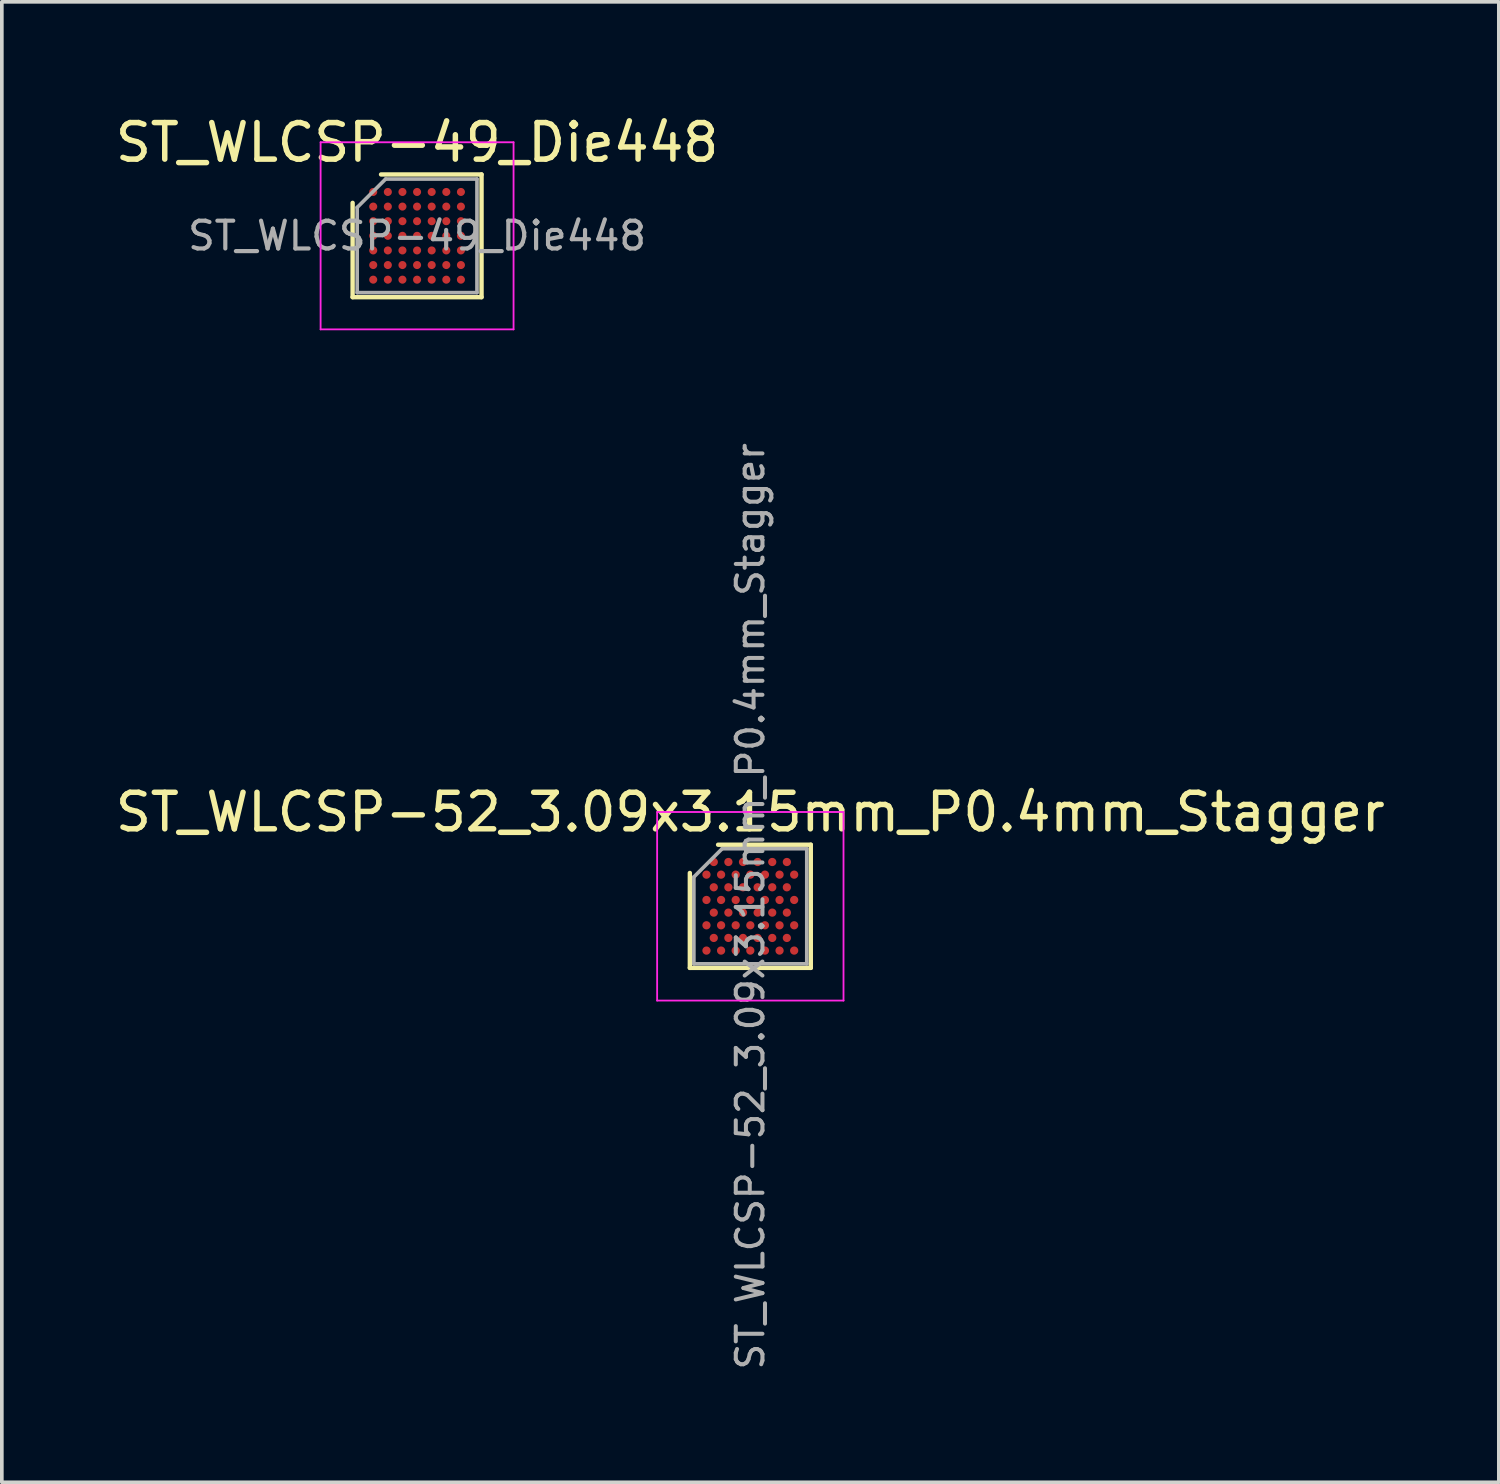
<source format=kicad_pcb>
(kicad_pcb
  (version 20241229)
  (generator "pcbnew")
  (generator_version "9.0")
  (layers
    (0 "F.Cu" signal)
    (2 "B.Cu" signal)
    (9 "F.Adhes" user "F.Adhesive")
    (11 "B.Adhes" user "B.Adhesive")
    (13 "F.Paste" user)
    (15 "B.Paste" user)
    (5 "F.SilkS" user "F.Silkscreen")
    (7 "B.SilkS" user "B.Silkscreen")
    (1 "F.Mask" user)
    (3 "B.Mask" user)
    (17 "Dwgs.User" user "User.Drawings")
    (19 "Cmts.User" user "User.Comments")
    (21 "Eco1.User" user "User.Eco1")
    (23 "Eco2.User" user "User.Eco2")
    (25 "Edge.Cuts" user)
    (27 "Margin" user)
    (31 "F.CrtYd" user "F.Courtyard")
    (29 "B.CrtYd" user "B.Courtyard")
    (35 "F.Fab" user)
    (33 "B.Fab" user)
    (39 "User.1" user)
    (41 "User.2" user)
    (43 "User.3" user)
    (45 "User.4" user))
  (footprint "ST_WLCSP-49_Die448"
    (layer "F.Cu")
    (at 8.363 3.403)
    (property "Reference" "ST_WLCSP-49_Die448" (at 0 -2.554 0) (layer "F.SilkS") (effects (font (size 1 1) (thickness 0.15))))
    (attr smd)
    (fp_line (start -1.764 1.679) (end -1.764 -0.902) (stroke (width 0.12) (type solid)) (layer "F.SilkS"))
    (fp_line (start -0.986 -1.679) (end 1.764 -1.679) (stroke (width 0.12) (type solid)) (layer "F.SilkS"))
    (fp_line (start 1.764 -1.679) (end 1.764 1.679) (stroke (width 0.12) (type solid)) (layer "F.SilkS"))
    (fp_line (start 1.764 1.679) (end -1.764 1.679) (stroke (width 0.12) (type solid)) (layer "F.SilkS"))
    (fp_line (start -2.64 -2.56) (end -2.64 2.56) (stroke (width 0.05) (type solid)) (layer "F.CrtYd"))
    (fp_line (start -2.64 2.56) (end 2.64 2.56) (stroke (width 0.05) (type solid)) (layer "F.CrtYd"))
    (fp_line (start 2.64 -2.56) (end -2.64 -2.56) (stroke (width 0.05) (type solid)) (layer "F.CrtYd"))
    (fp_line (start 2.64 2.56) (end 2.64 -2.56) (stroke (width 0.05) (type solid)) (layer "F.CrtYd"))
    (fp_line (start -1.639 -0.777) (end -0.861 -1.554) (stroke (width 0.1) (type solid)) (layer "F.Fab"))
    (fp_line (start -1.639 1.554) (end -1.639 -0.777) (stroke (width 0.1) (type solid)) (layer "F.Fab"))
    (fp_line (start -0.861 -1.554) (end 1.639 -1.554) (stroke (width 0.1) (type solid)) (layer "F.Fab"))
    (fp_line (start 1.639 -1.554) (end 1.639 1.554) (stroke (width 0.1) (type solid)) (layer "F.Fab"))
    (fp_line (start 1.639 1.554) (end -1.639 1.554) (stroke (width 0.1) (type solid)) (layer "F.Fab"))
    (fp_text user "${REFERENCE}" (at 0 0 0) (layer "F.Fab") (effects (font (size 0.76 0.76) (thickness 0.114))))
    (pad "A1" smd circle (at -1.2 -1.2) (size 0.22 0.22) (layers "F.Cu" "F.Mask" "F.Paste"))
    (pad "A2" smd circle (at -0.8 -1.2) (size 0.22 0.22) (layers "F.Cu" "F.Mask" "F.Paste"))
    (pad "A3" smd circle (at -0.4 -1.2) (size 0.22 0.22) (layers "F.Cu" "F.Mask" "F.Paste"))
    (pad "A4" smd circle (at 0 -1.2) (size 0.22 0.22) (layers "F.Cu" "F.Mask" "F.Paste"))
    (pad "A5" smd circle (at 0.4 -1.2) (size 0.22 0.22) (layers "F.Cu" "F.Mask" "F.Paste"))
    (pad "A6" smd circle (at 0.8 -1.2) (size 0.22 0.22) (layers "F.Cu" "F.Mask" "F.Paste"))
    (pad "A7" smd circle (at 1.2 -1.2) (size 0.22 0.22) (layers "F.Cu" "F.Mask" "F.Paste"))
    (pad "B1" smd circle (at -1.2 -0.8) (size 0.22 0.22) (layers "F.Cu" "F.Mask" "F.Paste"))
    (pad "B2" smd circle (at -0.8 -0.8) (size 0.22 0.22) (layers "F.Cu" "F.Mask" "F.Paste"))
    (pad "B3" smd circle (at -0.4 -0.8) (size 0.22 0.22) (layers "F.Cu" "F.Mask" "F.Paste"))
    (pad "B4" smd circle (at 0 -0.8) (size 0.22 0.22) (layers "F.Cu" "F.Mask" "F.Paste"))
    (pad "B5" smd circle (at 0.4 -0.8) (size 0.22 0.22) (layers "F.Cu" "F.Mask" "F.Paste"))
    (pad "B6" smd circle (at 0.8 -0.8) (size 0.22 0.22) (layers "F.Cu" "F.Mask" "F.Paste"))
    (pad "B7" smd circle (at 1.2 -0.8) (size 0.22 0.22) (layers "F.Cu" "F.Mask" "F.Paste"))
    (pad "C1" smd circle (at -1.2 -0.4) (size 0.22 0.22) (layers "F.Cu" "F.Mask" "F.Paste"))
    (pad "C2" smd circle (at -0.8 -0.4) (size 0.22 0.22) (layers "F.Cu" "F.Mask" "F.Paste"))
    (pad "C3" smd circle (at -0.4 -0.4) (size 0.22 0.22) (layers "F.Cu" "F.Mask" "F.Paste"))
    (pad "C4" smd circle (at 0 -0.4) (size 0.22 0.22) (layers "F.Cu" "F.Mask" "F.Paste"))
    (pad "C5" smd circle (at 0.4 -0.4) (size 0.22 0.22) (layers "F.Cu" "F.Mask" "F.Paste"))
    (pad "C6" smd circle (at 0.8 -0.4) (size 0.22 0.22) (layers "F.Cu" "F.Mask" "F.Paste"))
    (pad "C7" smd circle (at 1.2 -0.4) (size 0.22 0.22) (layers "F.Cu" "F.Mask" "F.Paste"))
    (pad "D1" smd circle (at -1.2 0) (size 0.22 0.22) (layers "F.Cu" "F.Mask" "F.Paste"))
    (pad "D2" smd circle (at -0.8 0) (size 0.22 0.22) (layers "F.Cu" "F.Mask" "F.Paste"))
    (pad "D3" smd circle (at -0.4 0) (size 0.22 0.22) (layers "F.Cu" "F.Mask" "F.Paste"))
    (pad "D4" smd circle (at 0 0) (size 0.22 0.22) (layers "F.Cu" "F.Mask" "F.Paste"))
    (pad "D5" smd circle (at 0.4 0) (size 0.22 0.22) (layers "F.Cu" "F.Mask" "F.Paste"))
    (pad "D6" smd circle (at 0.8 0) (size 0.22 0.22) (layers "F.Cu" "F.Mask" "F.Paste"))
    (pad "D7" smd circle (at 1.2 0) (size 0.22 0.22) (layers "F.Cu" "F.Mask" "F.Paste"))
    (pad "E1" smd circle (at -1.2 0.4) (size 0.22 0.22) (layers "F.Cu" "F.Mask" "F.Paste"))
    (pad "E2" smd circle (at -0.8 0.4) (size 0.22 0.22) (layers "F.Cu" "F.Mask" "F.Paste"))
    (pad "E3" smd circle (at -0.4 0.4) (size 0.22 0.22) (layers "F.Cu" "F.Mask" "F.Paste"))
    (pad "E4" smd circle (at 0 0.4) (size 0.22 0.22) (layers "F.Cu" "F.Mask" "F.Paste"))
    (pad "E5" smd circle (at 0.4 0.4) (size 0.22 0.22) (layers "F.Cu" "F.Mask" "F.Paste"))
    (pad "E6" smd circle (at 0.8 0.4) (size 0.22 0.22) (layers "F.Cu" "F.Mask" "F.Paste"))
    (pad "E7" smd circle (at 1.2 0.4) (size 0.22 0.22) (layers "F.Cu" "F.Mask" "F.Paste"))
    (pad "F1" smd circle (at -1.2 0.8) (size 0.22 0.22) (layers "F.Cu" "F.Mask" "F.Paste"))
    (pad "F2" smd circle (at -0.8 0.8) (size 0.22 0.22) (layers "F.Cu" "F.Mask" "F.Paste"))
    (pad "F3" smd circle (at -0.4 0.8) (size 0.22 0.22) (layers "F.Cu" "F.Mask" "F.Paste"))
    (pad "F4" smd circle (at 0 0.8) (size 0.22 0.22) (layers "F.Cu" "F.Mask" "F.Paste"))
    (pad "F5" smd circle (at 0.4 0.8) (size 0.22 0.22) (layers "F.Cu" "F.Mask" "F.Paste"))
    (pad "F6" smd circle (at 0.8 0.8) (size 0.22 0.22) (layers "F.Cu" "F.Mask" "F.Paste"))
    (pad "F7" smd circle (at 1.2 0.8) (size 0.22 0.22) (layers "F.Cu" "F.Mask" "F.Paste"))
    (pad "G1" smd circle (at -1.2 1.2) (size 0.22 0.22) (layers "F.Cu" "F.Mask" "F.Paste"))
    (pad "G2" smd circle (at -0.8 1.2) (size 0.22 0.22) (layers "F.Cu" "F.Mask" "F.Paste"))
    (pad "G3" smd circle (at -0.4 1.2) (size 0.22 0.22) (layers "F.Cu" "F.Mask" "F.Paste"))
    (pad "G4" smd circle (at 0 1.2) (size 0.22 0.22) (layers "F.Cu" "F.Mask" "F.Paste"))
    (pad "G5" smd circle (at 0.4 1.2) (size 0.22 0.22) (layers "F.Cu" "F.Mask" "F.Paste"))
    (pad "G6" smd circle (at 0.8 1.2) (size 0.22 0.22) (layers "F.Cu" "F.Mask" "F.Paste"))
    (pad "G7" smd circle (at 1.2 1.2) (size 0.22 0.22) (layers "F.Cu" "F.Mask" "F.Paste")))
  (footprint "ST_WLCSP-52_3.09x3.15mm_P0.4mm_Stagger"
    (layer "F.Cu")
    (at 17.482 21.75)
    (property "Reference" "ST_WLCSP-52_3.09x3.15mm_P0.4mm_Stagger" (at 0 -2.575 0) (layer "F.SilkS") (effects (font (size 1 1) (thickness 0.15))))
    (attr smd)
    (fp_line (start -1.655 1.685) (end -1.655 -0.912) (stroke (width 0.12) (type solid)) (layer "F.SilkS"))
    (fp_line (start -0.882 -1.685) (end 1.655 -1.685) (stroke (width 0.12) (type solid)) (layer "F.SilkS"))
    (fp_line (start 1.655 -1.685) (end 1.655 1.685) (stroke (width 0.12) (type solid)) (layer "F.SilkS"))
    (fp_line (start 1.655 1.685) (end -1.655 1.685) (stroke (width 0.12) (type solid)) (layer "F.SilkS"))
    (fp_line (start -2.55 -2.58) (end -2.55 2.58) (stroke (width 0.05) (type solid)) (layer "F.CrtYd"))
    (fp_line (start -2.55 2.58) (end 2.55 2.58) (stroke (width 0.05) (type solid)) (layer "F.CrtYd"))
    (fp_line (start 2.55 -2.58) (end -2.55 -2.58) (stroke (width 0.05) (type solid)) (layer "F.CrtYd"))
    (fp_line (start 2.55 2.58) (end 2.55 -2.58) (stroke (width 0.05) (type solid)) (layer "F.CrtYd"))
    (fp_line (start -1.545 -0.802) (end -0.772 -1.575) (stroke (width 0.1) (type solid)) (layer "F.Fab"))
    (fp_line (start -1.545 1.575) (end -1.545 -0.802) (stroke (width 0.1) (type solid)) (layer "F.Fab"))
    (fp_line (start -0.772 -1.575) (end 1.545 -1.575) (stroke (width 0.1) (type solid)) (layer "F.Fab"))
    (fp_line (start 1.545 -1.575) (end 1.545 1.575) (stroke (width 0.1) (type solid)) (layer "F.Fab"))
    (fp_line (start 1.545 1.575) (end -1.545 1.575) (stroke (width 0.1) (type solid)) (layer "F.Fab"))
    (fp_text user "${REFERENCE}" (at 0 0 270) (layer "F.Fab") (effects (font (size 0.73 0.73) (thickness 0.11))))
    (pad "A2" smd circle (at -1 -1.212) (size 0.225 0.225) (layers "F.Cu" "F.Mask" "F.Paste"))
    (pad "A4" smd circle (at -0.6 -1.212) (size 0.225 0.225) (layers "F.Cu" "F.Mask" "F.Paste"))
    (pad "A6" smd circle (at -0.2 -1.212) (size 0.225 0.225) (layers "F.Cu" "F.Mask" "F.Paste"))
    (pad "A8" smd circle (at 0.2 -1.212) (size 0.225 0.225) (layers "F.Cu" "F.Mask" "F.Paste"))
    (pad "A10" smd circle (at 0.6 -1.212) (size 0.225 0.225) (layers "F.Cu" "F.Mask" "F.Paste"))
    (pad "A12" smd circle (at 1 -1.212) (size 0.225 0.225) (layers "F.Cu" "F.Mask" "F.Paste"))
    (pad "B1" smd circle (at -1.2 -0.866) (size 0.225 0.225) (layers "F.Cu" "F.Mask" "F.Paste"))
    (pad "B3" smd circle (at -0.8 -0.866) (size 0.225 0.225) (layers "F.Cu" "F.Mask" "F.Paste"))
    (pad "B5" smd circle (at -0.4 -0.866) (size 0.225 0.225) (layers "F.Cu" "F.Mask" "F.Paste"))
    (pad "B7" smd circle (at 0 -0.866) (size 0.225 0.225) (layers "F.Cu" "F.Mask" "F.Paste"))
    (pad "B9" smd circle (at 0.4 -0.866) (size 0.225 0.225) (layers "F.Cu" "F.Mask" "F.Paste"))
    (pad "B11" smd circle (at 0.8 -0.866) (size 0.225 0.225) (layers "F.Cu" "F.Mask" "F.Paste"))
    (pad "B13" smd circle (at 1.2 -0.866) (size 0.225 0.225) (layers "F.Cu" "F.Mask" "F.Paste"))
    (pad "C2" smd circle (at -1 -0.52) (size 0.225 0.225) (layers "F.Cu" "F.Mask" "F.Paste"))
    (pad "C4" smd circle (at -0.6 -0.52) (size 0.225 0.225) (layers "F.Cu" "F.Mask" "F.Paste"))
    (pad "C6" smd circle (at -0.2 -0.52) (size 0.225 0.225) (layers "F.Cu" "F.Mask" "F.Paste"))
    (pad "C8" smd circle (at 0.2 -0.52) (size 0.225 0.225) (layers "F.Cu" "F.Mask" "F.Paste"))
    (pad "C10" smd circle (at 0.6 -0.52) (size 0.225 0.225) (layers "F.Cu" "F.Mask" "F.Paste"))
    (pad "C12" smd circle (at 1 -0.52) (size 0.225 0.225) (layers "F.Cu" "F.Mask" "F.Paste"))
    (pad "D1" smd circle (at -1.2 -0.173) (size 0.225 0.225) (layers "F.Cu" "F.Mask" "F.Paste"))
    (pad "D3" smd circle (at -0.8 -0.173) (size 0.225 0.225) (layers "F.Cu" "F.Mask" "F.Paste"))
    (pad "D5" smd circle (at -0.4 -0.173) (size 0.225 0.225) (layers "F.Cu" "F.Mask" "F.Paste"))
    (pad "D7" smd circle (at 0 -0.173) (size 0.225 0.225) (layers "F.Cu" "F.Mask" "F.Paste"))
    (pad "D9" smd circle (at 0.4 -0.173) (size 0.225 0.225) (layers "F.Cu" "F.Mask" "F.Paste"))
    (pad "D11" smd circle (at 0.8 -0.173) (size 0.225 0.225) (layers "F.Cu" "F.Mask" "F.Paste"))
    (pad "D13" smd circle (at 1.2 -0.173) (size 0.225 0.225) (layers "F.Cu" "F.Mask" "F.Paste"))
    (pad "E2" smd circle (at -1 0.173) (size 0.225 0.225) (layers "F.Cu" "F.Mask" "F.Paste"))
    (pad "E4" smd circle (at -0.6 0.173) (size 0.225 0.225) (layers "F.Cu" "F.Mask" "F.Paste"))
    (pad "E6" smd circle (at -0.2 0.173) (size 0.225 0.225) (layers "F.Cu" "F.Mask" "F.Paste"))
    (pad "E8" smd circle (at 0.2 0.173) (size 0.225 0.225) (layers "F.Cu" "F.Mask" "F.Paste"))
    (pad "E10" smd circle (at 0.6 0.173) (size 0.225 0.225) (layers "F.Cu" "F.Mask" "F.Paste"))
    (pad "E12" smd circle (at 1 0.173) (size 0.225 0.225) (layers "F.Cu" "F.Mask" "F.Paste"))
    (pad "F1" smd circle (at -1.2 0.52) (size 0.225 0.225) (layers "F.Cu" "F.Mask" "F.Paste"))
    (pad "F3" smd circle (at -0.8 0.52) (size 0.225 0.225) (layers "F.Cu" "F.Mask" "F.Paste"))
    (pad "F5" smd circle (at -0.4 0.52) (size 0.225 0.225) (layers "F.Cu" "F.Mask" "F.Paste"))
    (pad "F7" smd circle (at 0 0.52) (size 0.225 0.225) (layers "F.Cu" "F.Mask" "F.Paste"))
    (pad "F9" smd circle (at 0.4 0.52) (size 0.225 0.225) (layers "F.Cu" "F.Mask" "F.Paste"))
    (pad "F11" smd circle (at 0.8 0.52) (size 0.225 0.225) (layers "F.Cu" "F.Mask" "F.Paste"))
    (pad "F13" smd circle (at 1.2 0.52) (size 0.225 0.225) (layers "F.Cu" "F.Mask" "F.Paste"))
    (pad "G2" smd circle (at -1 0.866) (size 0.225 0.225) (layers "F.Cu" "F.Mask" "F.Paste"))
    (pad "G4" smd circle (at -0.6 0.866) (size 0.225 0.225) (layers "F.Cu" "F.Mask" "F.Paste"))
    (pad "G6" smd circle (at -0.2 0.866) (size 0.225 0.225) (layers "F.Cu" "F.Mask" "F.Paste"))
    (pad "G8" smd circle (at 0.2 0.866) (size 0.225 0.225) (layers "F.Cu" "F.Mask" "F.Paste"))
    (pad "G10" smd circle (at 0.6 0.866) (size 0.225 0.225) (layers "F.Cu" "F.Mask" "F.Paste"))
    (pad "G12" smd circle (at 1 0.866) (size 0.225 0.225) (layers "F.Cu" "F.Mask" "F.Paste"))
    (pad "H1" smd circle (at -1.2 1.212) (size 0.225 0.225) (layers "F.Cu" "F.Mask" "F.Paste"))
    (pad "H3" smd circle (at -0.8 1.212) (size 0.225 0.225) (layers "F.Cu" "F.Mask" "F.Paste"))
    (pad "H5" smd circle (at -0.4 1.212) (size 0.225 0.225) (layers "F.Cu" "F.Mask" "F.Paste"))
    (pad "H7" smd circle (at 0 1.212) (size 0.225 0.225) (layers "F.Cu" "F.Mask" "F.Paste"))
    (pad "H9" smd circle (at 0.4 1.212) (size 0.225 0.225) (layers "F.Cu" "F.Mask" "F.Paste"))
    (pad "H11" smd circle (at 0.8 1.212) (size 0.225 0.225) (layers "F.Cu" "F.Mask" "F.Paste"))
    (pad "H13" smd circle (at 1.2 1.212) (size 0.225 0.225) (layers "F.Cu" "F.Mask" "F.Paste")))
  (gr_rect
    (start -3 -3)
    (end 37.964 37.512)
    (stroke (width 0.1) (type default))
    (fill no)
    (layer "Edge.Cuts")))
</source>
